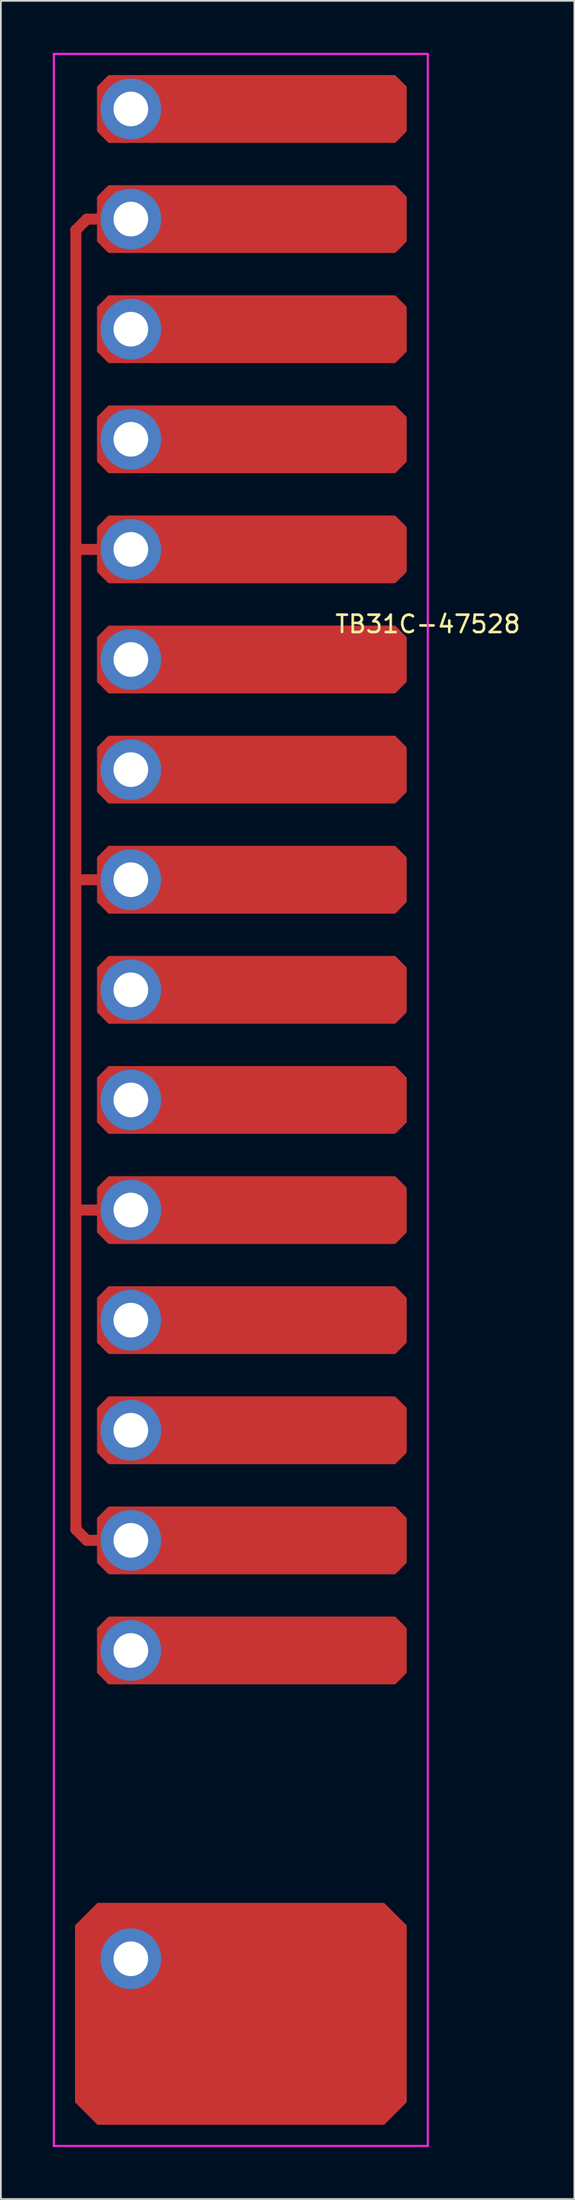
<source format=kicad_pcb>
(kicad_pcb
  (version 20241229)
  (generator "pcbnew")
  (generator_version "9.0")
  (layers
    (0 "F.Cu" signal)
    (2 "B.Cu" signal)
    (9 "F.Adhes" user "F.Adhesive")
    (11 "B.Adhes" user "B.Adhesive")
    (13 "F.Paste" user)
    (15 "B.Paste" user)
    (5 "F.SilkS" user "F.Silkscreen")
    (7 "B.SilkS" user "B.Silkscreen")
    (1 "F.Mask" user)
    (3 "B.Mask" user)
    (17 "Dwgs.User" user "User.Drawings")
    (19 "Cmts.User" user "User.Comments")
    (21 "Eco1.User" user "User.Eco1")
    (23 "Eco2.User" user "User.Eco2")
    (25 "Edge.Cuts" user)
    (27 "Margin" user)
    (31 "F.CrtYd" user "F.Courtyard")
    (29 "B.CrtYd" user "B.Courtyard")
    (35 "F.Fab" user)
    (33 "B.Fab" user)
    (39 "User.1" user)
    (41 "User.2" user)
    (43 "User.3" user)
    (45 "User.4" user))
  (footprint "TB31C-47528"
    (layer "F.Cu")
    (at 15.3 48.32)
    (property "Reference" "TB31C-47528" (at 6.35 -15.375 0) (layer "F.SilkS") (effects (font (size 1 1) (thickness 0.15))))
    (attr through_hole)
    (fp_line (start -13.97 -38.1) (end -13.97 36.83) (stroke (width 0.635) (type solid)) (layer "F.Cu"))
    (fp_line (start -13.97 -38.1) (end -13.335 -38.735) (stroke (width 0.635) (type solid)) (layer "F.Cu"))
    (fp_line (start -13.97 -19.685) (end -12.065 -19.685) (stroke (width 0.635) (type solid)) (layer "F.Cu"))
    (fp_line (start -13.97 -0.635) (end -12.065 -0.635) (stroke (width 0.635) (type solid)) (layer "F.Cu"))
    (fp_line (start -13.97 18.415) (end -12.065 18.415) (stroke (width 0.635) (type solid)) (layer "F.Cu"))
    (fp_line (start -13.97 36.83) (end -13.335 37.465) (stroke (width 0.635) (type solid)) (layer "F.Cu"))
    (fp_line (start -13.335 -38.735) (end -12.065 -38.735) (stroke (width 0.635) (type solid)) (layer "F.Cu"))
    (fp_line (start -13.335 37.465) (end -12.065 37.465) (stroke (width 0.635) (type solid)) (layer "F.Cu"))
    (fp_poly (pts (xy 5.08 -46.355) (xy 5.08 -43.815) (xy 4.445 -43.18) (xy -12.065 -43.18) (xy -12.7 -43.815) (xy -12.7 -46.355) (xy -12.065 -46.99) (xy 4.445 -46.99)) (stroke (width 0.1) (type solid)) (fill yes) (layer "F.Cu"))
    (fp_poly (pts (xy 5.08 -40.005) (xy 5.08 -37.465) (xy 4.445 -36.83) (xy -12.065 -36.83) (xy -12.7 -37.465) (xy -12.7 -40.005) (xy -12.065 -40.64) (xy 4.445 -40.64)) (stroke (width 0.1) (type solid)) (fill yes) (layer "F.Cu"))
    (fp_poly (pts (xy 5.08 -33.655) (xy 5.08 -31.115) (xy 4.445 -30.48) (xy -12.065 -30.48) (xy -12.7 -31.115) (xy -12.7 -33.655) (xy -12.065 -34.29) (xy 4.445 -34.29)) (stroke (width 0.1) (type solid)) (fill yes) (layer "F.Cu"))
    (fp_poly (pts (xy 5.08 -27.305) (xy 5.08 -24.765) (xy 4.445 -24.13) (xy -12.065 -24.13) (xy -12.7 -24.765) (xy -12.7 -27.305) (xy -12.065 -27.94) (xy 4.445 -27.94)) (stroke (width 0.1) (type solid)) (fill yes) (layer "F.Cu"))
    (fp_poly (pts (xy 5.08 -20.955) (xy 5.08 -18.415) (xy 4.445 -17.78) (xy -12.065 -17.78) (xy -12.7 -18.415) (xy -12.7 -20.955) (xy -12.065 -21.59) (xy 4.445 -21.59)) (stroke (width 0.1) (type solid)) (fill yes) (layer "F.Cu"))
    (fp_poly (pts (xy 5.08 -14.605) (xy 5.08 -12.065) (xy 4.445 -11.43) (xy -12.065 -11.43) (xy -12.7 -12.065) (xy -12.7 -14.605) (xy -12.065 -15.24) (xy 4.445 -15.24)) (stroke (width 0.1) (type solid)) (fill yes) (layer "F.Cu"))
    (fp_poly (pts (xy 5.08 -8.255) (xy 5.08 -5.715) (xy 4.445 -5.08) (xy -12.065 -5.08) (xy -12.7 -5.715) (xy -12.7 -8.255) (xy -12.065 -8.89) (xy 4.445 -8.89)) (stroke (width 0.1) (type solid)) (fill yes) (layer "F.Cu"))
    (fp_poly (pts (xy 5.08 -1.905) (xy 5.08 0.635) (xy 4.445 1.27) (xy -12.065 1.27) (xy -12.7 0.635) (xy -12.7 -1.905) (xy -12.065 -2.54) (xy 4.445 -2.54)) (stroke (width 0.1) (type solid)) (fill yes) (layer "F.Cu"))
    (fp_poly (pts (xy 5.08 4.445) (xy 5.08 6.985) (xy 4.445 7.62) (xy -12.065 7.62) (xy -12.7 6.985) (xy -12.7 4.445) (xy -12.065 3.81) (xy 4.445 3.81)) (stroke (width 0.1) (type solid)) (fill yes) (layer "F.Cu"))
    (fp_poly (pts (xy 5.08 10.795) (xy 5.08 13.335) (xy 4.445 13.97) (xy -12.065 13.97) (xy -12.7 13.335) (xy -12.7 10.795) (xy -12.065 10.16) (xy 4.445 10.16)) (stroke (width 0.1) (type solid)) (fill yes) (layer "F.Cu"))
    (fp_poly (pts (xy 5.08 17.145) (xy 5.08 19.685) (xy 4.445 20.32) (xy -12.065 20.32) (xy -12.7 19.685) (xy -12.7 17.145) (xy -12.065 16.51) (xy 4.445 16.51)) (stroke (width 0.1) (type solid)) (fill yes) (layer "F.Cu"))
    (fp_poly (pts (xy 5.08 23.495) (xy 5.08 26.035) (xy 4.445 26.67) (xy -12.065 26.67) (xy -12.7 26.035) (xy -12.7 23.495) (xy -12.065 22.86) (xy 4.445 22.86)) (stroke (width 0.1) (type solid)) (fill yes) (layer "F.Cu"))
    (fp_poly (pts (xy 5.08 29.845) (xy 5.08 32.385) (xy 4.445 33.02) (xy -12.065 33.02) (xy -12.7 32.385) (xy -12.7 29.845) (xy -12.065 29.21) (xy 4.445 29.21)) (stroke (width 0.1) (type solid)) (fill yes) (layer "F.Cu"))
    (fp_poly (pts (xy 5.08 36.195) (xy 5.08 38.735) (xy 4.445 39.37) (xy -12.065 39.37) (xy -12.7 38.735) (xy -12.7 36.195) (xy -12.065 35.56) (xy 4.445 35.56)) (stroke (width 0.1) (type solid)) (fill yes) (layer "F.Cu"))
    (fp_poly (pts (xy 5.08 42.545) (xy 5.08 45.085) (xy 4.445 45.72) (xy -12.065 45.72) (xy -12.7 45.085) (xy -12.7 42.545) (xy -12.065 41.91) (xy 4.445 41.91)) (stroke (width 0.1) (type solid)) (fill yes) (layer "F.Cu"))
    (fp_poly (pts (xy 5.08 59.69) (xy 5.08 69.85) (xy 3.81 71.12) (xy -12.7 71.12) (xy -13.97 69.85) (xy -13.97 59.69) (xy -12.7 58.42) (xy 3.81 58.42)) (stroke (width 0.1) (type solid)) (fill yes) (layer "F.Cu"))
    (fp_poly (pts (xy 4.889 -46.291) (xy 4.889 -43.879) (xy 4.381 -43.37) (xy -12.002 -43.37) (xy -12.509 -43.879) (xy -12.509 -46.291) (xy -12.002 -46.8) (xy 4.381 -46.8)) (stroke (width 0.1) (type solid)) (fill yes) (layer "F.Mask"))
    (fp_poly (pts (xy 4.889 -39.941) (xy 4.889 -37.529) (xy 4.381 -37.02) (xy -12.002 -37.02) (xy -12.509 -37.529) (xy -12.509 -39.941) (xy -12.002 -40.45) (xy 4.381 -40.45)) (stroke (width 0.1) (type solid)) (fill yes) (layer "F.Mask"))
    (fp_poly (pts (xy 4.889 -33.592) (xy 4.889 -31.178) (xy 4.381 -30.671) (xy -12.002 -30.671) (xy -12.509 -31.178) (xy -12.509 -33.592) (xy -12.002 -34.099) (xy 4.381 -34.099)) (stroke (width 0.1) (type solid)) (fill yes) (layer "F.Mask"))
    (fp_poly (pts (xy 4.889 -27.241) (xy 4.889 -24.828) (xy 4.381 -24.32) (xy -12.002 -24.32) (xy -12.509 -24.828) (xy -12.509 -27.241) (xy -12.002 -27.75) (xy 4.381 -27.75)) (stroke (width 0.1) (type solid)) (fill yes) (layer "F.Mask"))
    (fp_poly (pts (xy 4.889 -20.892) (xy 4.889 -18.479) (xy 4.381 -17.971) (xy -12.002 -17.971) (xy -12.509 -18.479) (xy -12.509 -20.892) (xy -12.002 -21.399) (xy 4.381 -21.399)) (stroke (width 0.1) (type solid)) (fill yes) (layer "F.Mask"))
    (fp_poly (pts (xy 4.889 -14.541) (xy 4.889 -12.129) (xy 4.381 -11.62) (xy -12.002 -11.62) (xy -12.509 -12.129) (xy -12.509 -14.541) (xy -12.002 -15.05) (xy 4.381 -15.05)) (stroke (width 0.1) (type solid)) (fill yes) (layer "F.Mask"))
    (fp_poly (pts (xy 4.889 -8.191) (xy 4.889 -5.779) (xy 4.381 -5.271) (xy -12.002 -5.271) (xy -12.509 -5.779) (xy -12.509 -8.191) (xy -12.002 -8.7) (xy 4.381 -8.7)) (stroke (width 0.1) (type solid)) (fill yes) (layer "F.Mask"))
    (fp_poly (pts (xy 4.889 -1.841) (xy 4.889 0.572) (xy 4.381 1.079) (xy -12.002 1.079) (xy -12.509 0.572) (xy -12.509 -1.841) (xy -12.002 -2.349) (xy 4.381 -2.349)) (stroke (width 0.1) (type solid)) (fill yes) (layer "F.Mask"))
    (fp_poly (pts (xy 4.889 4.508) (xy 4.889 6.921) (xy 4.381 7.429) (xy -12.002 7.429) (xy -12.509 6.921) (xy -12.509 4.508) (xy -12.002 4) (xy 4.381 4)) (stroke (width 0.1) (type solid)) (fill yes) (layer "F.Mask"))
    (fp_poly (pts (xy 4.889 10.858) (xy 4.889 13.271) (xy 4.381 13.78) (xy -12.002 13.78) (xy -12.509 13.271) (xy -12.509 10.858) (xy -12.002 10.351) (xy 4.381 10.351)) (stroke (width 0.1) (type solid)) (fill yes) (layer "F.Mask"))
    (fp_poly (pts (xy 4.889 17.209) (xy 4.889 19.622) (xy 4.381 20.13) (xy -12.002 20.13) (xy -12.509 19.622) (xy -12.509 17.209) (xy -12.002 16.701) (xy 4.381 16.701)) (stroke (width 0.1) (type solid)) (fill yes) (layer "F.Mask"))
    (fp_poly (pts (xy 4.889 23.558) (xy 4.889 25.971) (xy 4.381 26.48) (xy -12.002 26.48) (xy -12.509 25.971) (xy -12.509 23.558) (xy -12.002 23.05) (xy 4.381 23.05)) (stroke (width 0.1) (type solid)) (fill yes) (layer "F.Mask"))
    (fp_poly (pts (xy 4.889 29.909) (xy 4.889 32.322) (xy 4.381 32.83) (xy -12.002 32.83) (xy -12.509 32.322) (xy -12.509 29.909) (xy -12.002 29.401) (xy 4.381 29.401)) (stroke (width 0.1) (type solid)) (fill yes) (layer "F.Mask"))
    (fp_poly (pts (xy 4.889 36.258) (xy 4.889 38.672) (xy 4.381 39.179) (xy -12.002 39.179) (xy -12.509 38.672) (xy -12.509 36.258) (xy -12.002 35.751) (xy 4.381 35.751)) (stroke (width 0.1) (type solid)) (fill yes) (layer "F.Mask"))
    (fp_poly (pts (xy 4.889 42.608) (xy 4.889 45.022) (xy 4.381 45.529) (xy -12.002 45.529) (xy -12.509 45.022) (xy -12.509 42.608) (xy -12.002 42.1) (xy 4.381 42.1)) (stroke (width 0.1) (type solid)) (fill yes) (layer "F.Mask"))
    (fp_poly (pts (xy 4.889 59.754) (xy 4.889 69.787) (xy 3.747 70.93) (xy -12.636 70.93) (xy -13.78 69.787) (xy -13.78 59.754) (xy -12.636 58.611) (xy 3.747 58.611)) (stroke (width 0.1) (type solid)) (fill yes) (layer "F.Mask"))
    (fp_line (start -15.24 -48.26) (end -15.24 72.39) (stroke (width 0.12) (type solid)) (layer "F.CrtYd"))
    (fp_line (start -15.24 72.39) (end 6.35 72.39) (stroke (width 0.12) (type solid)) (layer "F.CrtYd"))
    (fp_line (start 6.35 -48.26) (end -15.24 -48.26) (stroke (width 0.12) (type solid)) (layer "F.CrtYd"))
    (fp_line (start 6.35 72.39) (end 6.35 -48.26) (stroke (width 0.12) (type solid)) (layer "F.CrtYd"))
    (pad "1" thru_hole circle (at -10.795 -32.385) (size 3.5 3.5) (drill 2) (layers "*.Cu" "B.Mask"))
    (pad "1" thru_hole circle (at -10.795 -13.335) (size 3.5 3.5) (drill 2) (layers "*.Cu" "B.Mask"))
    (pad "1" thru_hole circle (at -10.795 5.715) (size 3.5 3.5) (drill 2) (layers "*.Cu" "B.Mask"))
    (pad "1" thru_hole circle (at -10.795 24.765) (size 3.5 3.5) (drill 2) (layers "*.Cu" "B.Mask"))
    (pad "1" thru_hole circle (at -10.795 43.815) (size 3.5 3.5) (drill 2) (layers "*.Cu" "B.Mask"))
    (pad "2" thru_hole circle (at -10.795 -38.735) (size 3.5 3.5) (drill 2) (layers "*.Cu" "B.Mask"))
    (pad "2" thru_hole circle (at -10.795 -19.685) (size 3.5 3.5) (drill 2) (layers "*.Cu" "B.Mask"))
    (pad "2" thru_hole circle (at -10.795 -0.635) (size 3.5 3.5) (drill 2) (layers "*.Cu" "B.Mask"))
    (pad "2" thru_hole circle (at -10.795 18.415) (size 3.5 3.5) (drill 2) (layers "*.Cu" "B.Mask"))
    (pad "2" thru_hole circle (at -10.795 37.465) (size 3.5 3.5) (drill 2) (layers "*.Cu" "B.Mask"))
    (pad "3" thru_hole circle (at -10.795 -45.085) (size 3.5 3.5) (drill 2) (layers "*.Cu" "B.Mask"))
    (pad "3" thru_hole circle (at -10.795 -26.035) (size 3.5 3.5) (drill 2) (layers "*.Cu" "B.Mask"))
    (pad "3" thru_hole circle (at -10.795 -6.985) (size 3.5 3.5) (drill 2) (layers "*.Cu" "B.Mask"))
    (pad "3" thru_hole circle (at -10.795 12.065) (size 3.5 3.5) (drill 2) (layers "*.Cu" "B.Mask"))
    (pad "3" thru_hole circle (at -10.795 31.115) (size 3.5 3.5) (drill 2) (layers "*.Cu" "B.Mask"))
    (pad "4" thru_hole circle (at -10.795 61.595) (size 3.5 3.5) (drill 2) (layers "*.Cu" "B.Mask")))
  (gr_rect
    (start -3 -3)
    (end 30.108 123.77)
    (stroke (width 0.1) (type default))
    (fill no)
    (layer "Edge.Cuts")))
</source>
